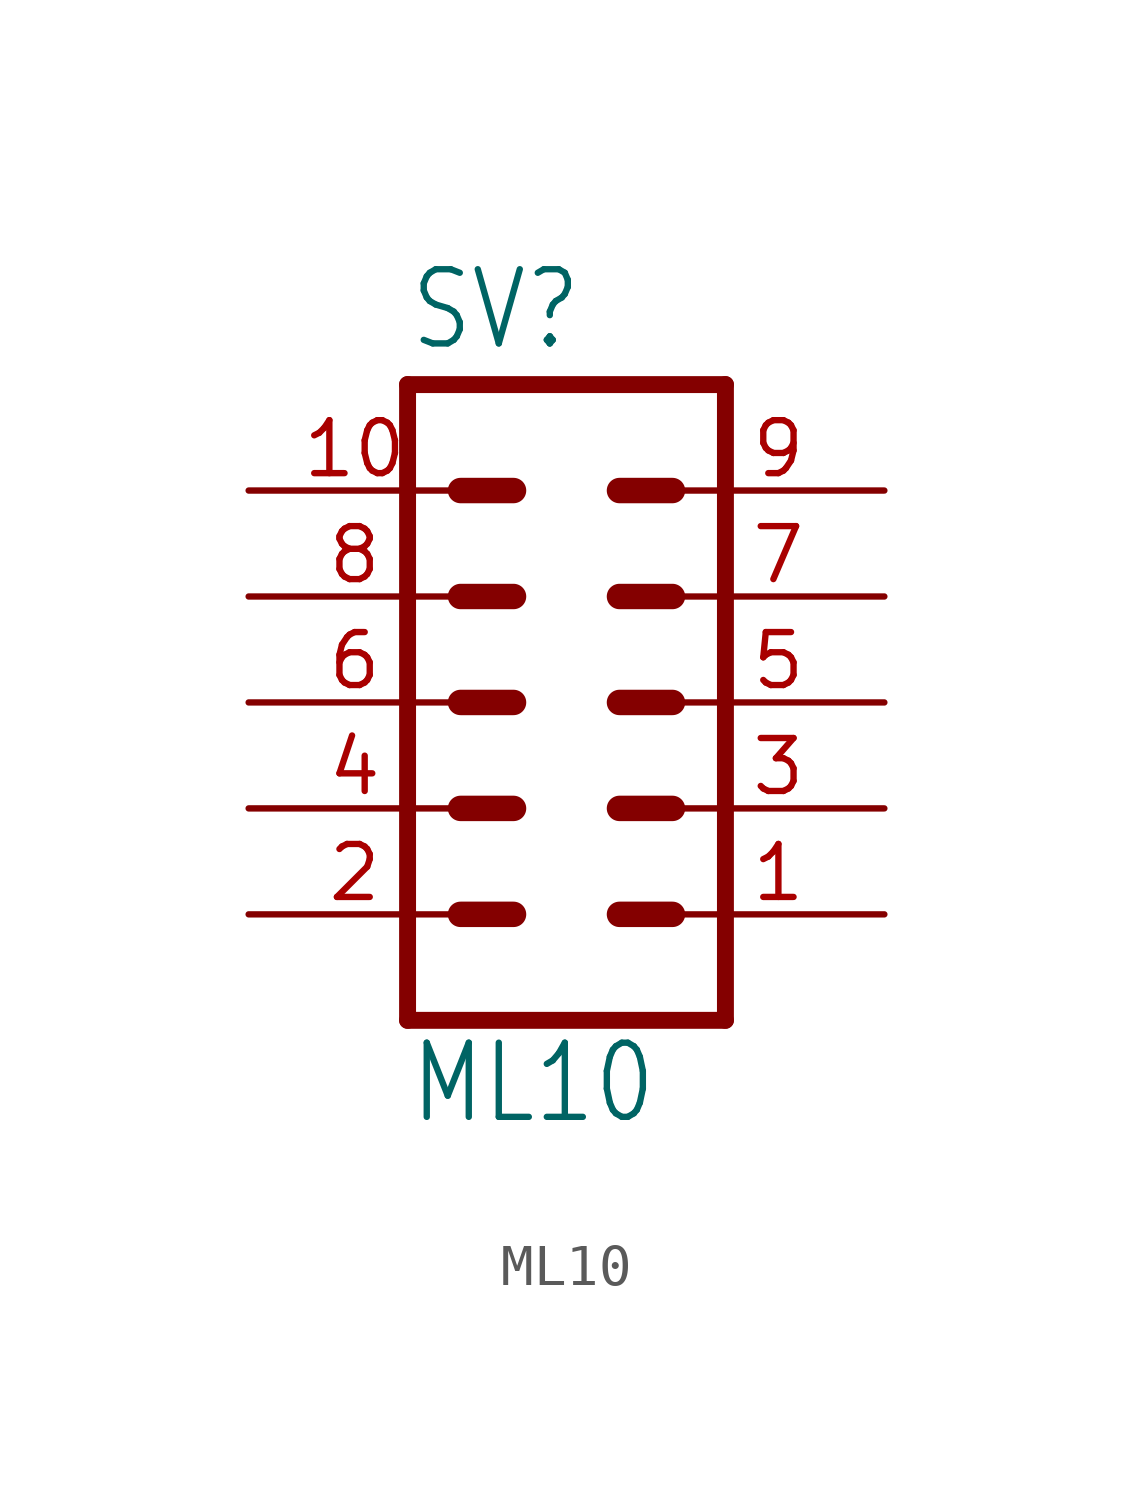
<source format=kicad_sym>
(kicad_symbol_lib
  (version 20211014)
  (generator kicad_symbol_editor)
  (symbol "ML10"
    (property "Reference" "SV"
      (at -3.81 8.382 0)
      (effects (font (size 1.778 1.511)) (justify left bottom)))
    (property "Value" "ML10"
      (at -3.81 -10.16 0)
      (effects (font (size 1.778 1.511)) (justify left bottom)))
    (property "ki_locked" ""
      (at 0 0 0)
      (effects (font (size 1.27 1.27))))
    (symbol "ML10_1_0"
      (polyline (pts (xy -3.81 7.62) (xy -3.81 -7.62)) (stroke (width 0.406) (type default) (color 0 0 0 0)) (fill (type none)))
      (polyline (pts (xy -3.81 7.62) (xy 3.81 7.62)) (stroke (width 0.406) (type default) (color 0 0 0 0)) (fill (type none)))
      (polyline (pts (xy -2.54 -5.08) (xy -1.27 -5.08)) (stroke (width 0.61) (type default) (color 0 0 0 0)) (fill (type none)))
      (polyline (pts (xy -2.54 -2.54) (xy -1.27 -2.54)) (stroke (width 0.61) (type default) (color 0 0 0 0)) (fill (type none)))
      (polyline (pts (xy -2.54 0) (xy -1.27 0)) (stroke (width 0.61) (type default) (color 0 0 0 0)) (fill (type none)))
      (polyline (pts (xy -2.54 2.54) (xy -1.27 2.54)) (stroke (width 0.61) (type default) (color 0 0 0 0)) (fill (type none)))
      (polyline (pts (xy -2.54 5.08) (xy -1.27 5.08)) (stroke (width 0.61) (type default) (color 0 0 0 0)) (fill (type none)))
      (polyline (pts (xy 1.27 -5.08) (xy 2.54 -5.08)) (stroke (width 0.61) (type default) (color 0 0 0 0)) (fill (type none)))
      (polyline (pts (xy 1.27 -2.54) (xy 2.54 -2.54)) (stroke (width 0.61) (type default) (color 0 0 0 0)) (fill (type none)))
      (polyline (pts (xy 1.27 0) (xy 2.54 0)) (stroke (width 0.61) (type default) (color 0 0 0 0)) (fill (type none)))
      (polyline (pts (xy 1.27 2.54) (xy 2.54 2.54)) (stroke (width 0.61) (type default) (color 0 0 0 0)) (fill (type none)))
      (polyline (pts (xy 1.27 5.08) (xy 2.54 5.08)) (stroke (width 0.61) (type default) (color 0 0 0 0)) (fill (type none)))
      (polyline (pts (xy 3.81 -7.62) (xy -3.81 -7.62)) (stroke (width 0.406) (type default) (color 0 0 0 0)) (fill (type none)))
      (polyline (pts (xy 3.81 -7.62) (xy 3.81 7.62)) (stroke (width 0.406) (type default) (color 0 0 0 0)) (fill (type none)))
      (pin passive line (at 7.62 -5.08 180) (length 5.08) (name "1" (effects (font (size 0 0)))) (number "1" (effects (font (size 1.27 1.27)))))
      (pin passive line (at -7.62 5.08 0) (length 5.08) (name "10" (effects (font (size 0 0)))) (number "10" (effects (font (size 1.27 1.27)))))
      (pin passive line (at -7.62 -5.08 0) (length 5.08) (name "2" (effects (font (size 0 0)))) (number "2" (effects (font (size 1.27 1.27)))))
      (pin passive line (at 7.62 -2.54 180) (length 5.08) (name "3" (effects (font (size 0 0)))) (number "3" (effects (font (size 1.27 1.27)))))
      (pin passive line (at -7.62 -2.54 0) (length 5.08) (name "4" (effects (font (size 0 0)))) (number "4" (effects (font (size 1.27 1.27)))))
      (pin passive line (at 7.62 0 180) (length 5.08) (name "5" (effects (font (size 0 0)))) (number "5" (effects (font (size 1.27 1.27)))))
      (pin passive line (at -7.62 0 0) (length 5.08) (name "6" (effects (font (size 0 0)))) (number "6" (effects (font (size 1.27 1.27)))))
      (pin passive line (at 7.62 2.54 180) (length 5.08) (name "7" (effects (font (size 0 0)))) (number "7" (effects (font (size 1.27 1.27)))))
      (pin passive line (at -7.62 2.54 0) (length 5.08) (name "8" (effects (font (size 0 0)))) (number "8" (effects (font (size 1.27 1.27)))))
      (pin passive line (at 7.62 5.08 180) (length 5.08) (name "9" (effects (font (size 0 0)))) (number "9" (effects (font (size 1.27 1.27))))))))
</source>
